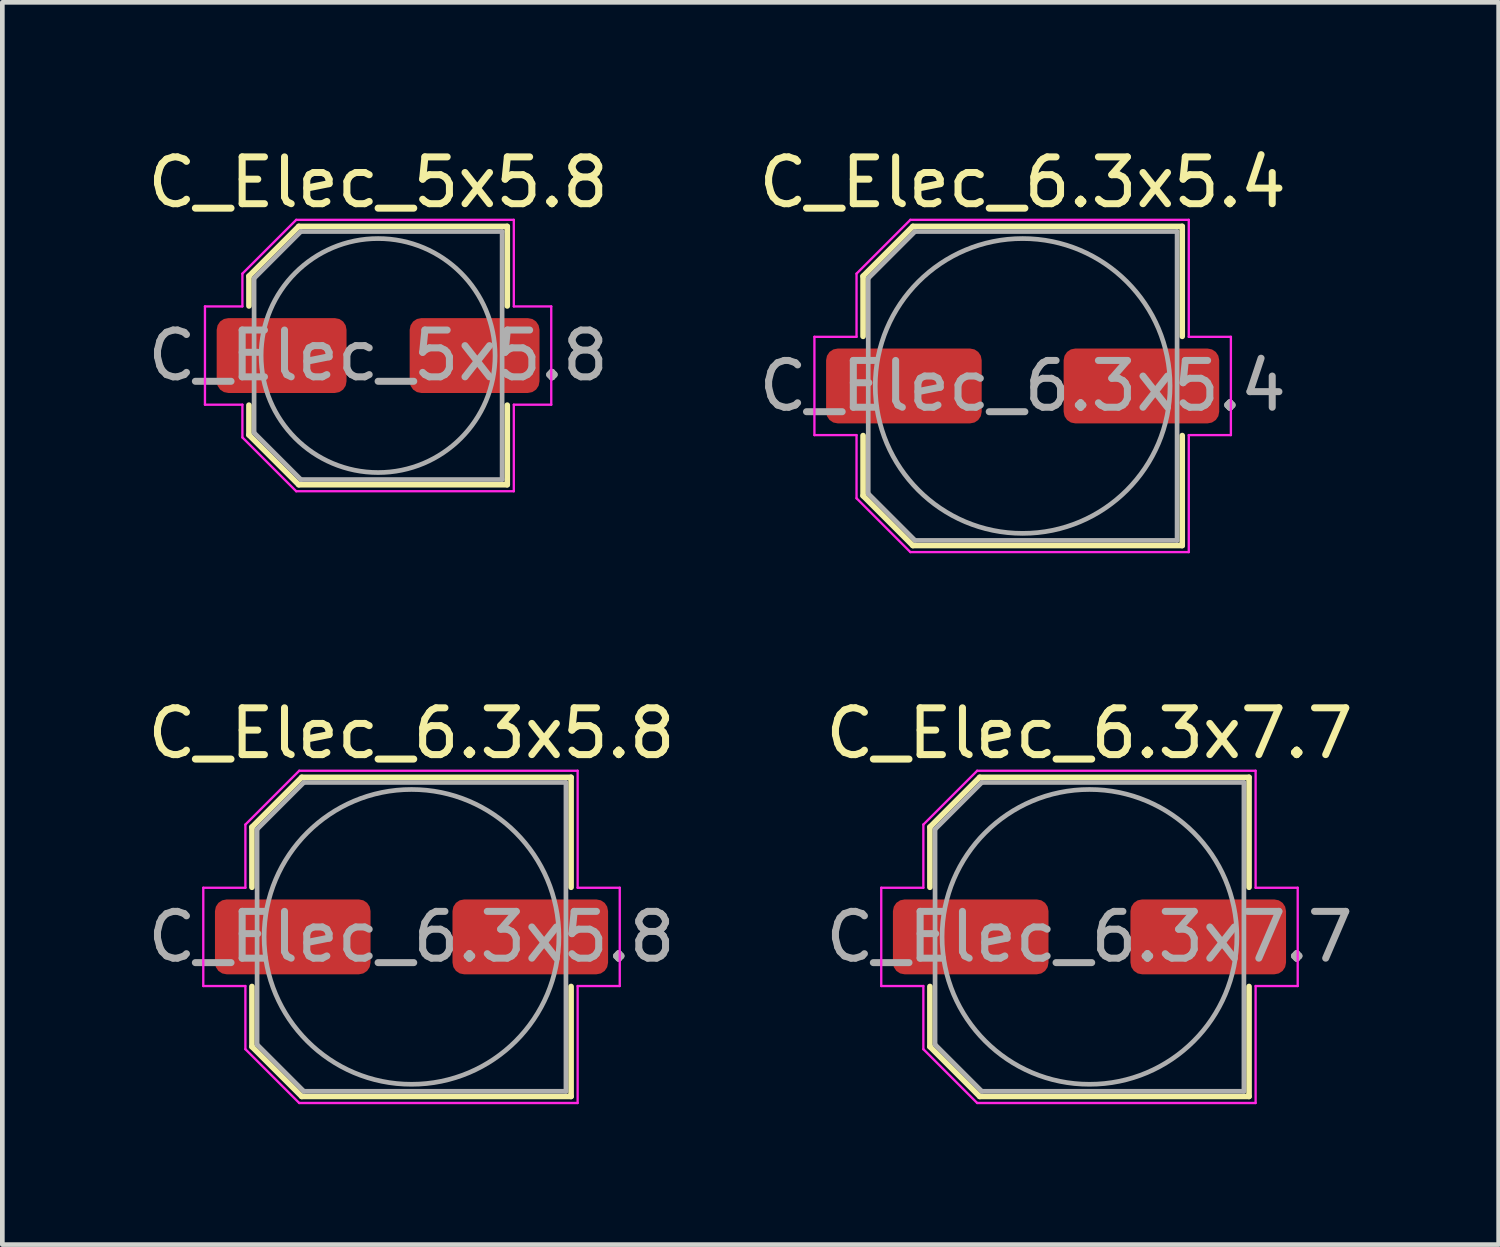
<source format=kicad_pcb>
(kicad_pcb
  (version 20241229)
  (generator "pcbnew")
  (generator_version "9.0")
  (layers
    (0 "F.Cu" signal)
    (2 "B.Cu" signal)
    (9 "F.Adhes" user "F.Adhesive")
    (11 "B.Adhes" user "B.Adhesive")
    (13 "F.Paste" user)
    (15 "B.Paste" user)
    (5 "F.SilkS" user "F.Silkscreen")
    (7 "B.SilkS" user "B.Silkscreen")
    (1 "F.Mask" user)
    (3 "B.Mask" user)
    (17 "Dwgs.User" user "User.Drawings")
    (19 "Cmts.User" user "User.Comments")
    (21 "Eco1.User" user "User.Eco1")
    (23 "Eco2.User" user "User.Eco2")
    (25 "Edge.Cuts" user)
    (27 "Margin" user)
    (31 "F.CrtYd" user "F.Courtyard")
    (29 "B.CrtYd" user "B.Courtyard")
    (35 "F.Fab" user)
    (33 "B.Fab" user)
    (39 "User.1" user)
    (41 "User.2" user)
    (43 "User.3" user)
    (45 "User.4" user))
  (footprint "C_Elec_6.3x7.7"
    (layer "F.Cu")
    (at 20.232 16.971)
    (property "Reference" "C_Elec_6.3x7.7" (at 0 -4.35 0) (layer "F.SilkS") (effects (font (size 1 1) (thickness 0.15))))
    (attr smd)
    (fp_line (start -3.41 -2.346) (end -3.41 -1.06) (stroke (width 0.12) (type solid)) (layer "F.SilkS"))
    (fp_line (start -3.41 -2.346) (end -2.346 -3.41) (stroke (width 0.12) (type solid)) (layer "F.SilkS"))
    (fp_line (start -3.41 2.346) (end -3.41 1.06) (stroke (width 0.12) (type solid)) (layer "F.SilkS"))
    (fp_line (start -3.41 2.346) (end -2.346 3.41) (stroke (width 0.12) (type solid)) (layer "F.SilkS"))
    (fp_line (start -2.346 -3.41) (end 3.41 -3.41) (stroke (width 0.12) (type solid)) (layer "F.SilkS"))
    (fp_line (start -2.346 3.41) (end 3.41 3.41) (stroke (width 0.12) (type solid)) (layer "F.SilkS"))
    (fp_line (start 3.41 -3.41) (end 3.41 -1.06) (stroke (width 0.12) (type solid)) (layer "F.SilkS"))
    (fp_line (start 3.41 3.41) (end 3.41 1.06) (stroke (width 0.12) (type solid)) (layer "F.SilkS"))
    (fp_line (start -4.45 -1.05) (end -4.45 1.05) (stroke (width 0.05) (type solid)) (layer "F.CrtYd"))
    (fp_line (start -4.45 1.05) (end -3.55 1.05) (stroke (width 0.05) (type solid)) (layer "F.CrtYd"))
    (fp_line (start -3.55 -2.4) (end -3.55 -1.05) (stroke (width 0.05) (type solid)) (layer "F.CrtYd"))
    (fp_line (start -3.55 -2.4) (end -2.4 -3.55) (stroke (width 0.05) (type solid)) (layer "F.CrtYd"))
    (fp_line (start -3.55 -1.05) (end -4.45 -1.05) (stroke (width 0.05) (type solid)) (layer "F.CrtYd"))
    (fp_line (start -3.55 1.05) (end -3.55 2.4) (stroke (width 0.05) (type solid)) (layer "F.CrtYd"))
    (fp_line (start -3.55 2.4) (end -2.4 3.55) (stroke (width 0.05) (type solid)) (layer "F.CrtYd"))
    (fp_line (start -2.4 -3.55) (end 3.55 -3.55) (stroke (width 0.05) (type solid)) (layer "F.CrtYd"))
    (fp_line (start -2.4 3.55) (end 3.55 3.55) (stroke (width 0.05) (type solid)) (layer "F.CrtYd"))
    (fp_line (start 3.55 -3.55) (end 3.55 -1.05) (stroke (width 0.05) (type solid)) (layer "F.CrtYd"))
    (fp_line (start 3.55 -1.05) (end 4.45 -1.05) (stroke (width 0.05) (type solid)) (layer "F.CrtYd"))
    (fp_line (start 3.55 1.05) (end 3.55 3.55) (stroke (width 0.05) (type solid)) (layer "F.CrtYd"))
    (fp_line (start 4.45 -1.05) (end 4.45 1.05) (stroke (width 0.05) (type solid)) (layer "F.CrtYd"))
    (fp_line (start 4.45 1.05) (end 3.55 1.05) (stroke (width 0.05) (type solid)) (layer "F.CrtYd"))
    (fp_line (start -3.3 -2.3) (end -3.3 2.3) (stroke (width 0.1) (type solid)) (layer "F.Fab"))
    (fp_line (start -3.3 -2.3) (end -2.3 -3.3) (stroke (width 0.1) (type solid)) (layer "F.Fab"))
    (fp_line (start -3.3 2.3) (end -2.3 3.3) (stroke (width 0.1) (type solid)) (layer "F.Fab"))
    (fp_line (start -2.3 -3.3) (end 3.3 -3.3) (stroke (width 0.1) (type solid)) (layer "F.Fab"))
    (fp_line (start -2.3 3.3) (end 3.3 3.3) (stroke (width 0.1) (type solid)) (layer "F.Fab"))
    (fp_line (start 3.3 -3.3) (end 3.3 3.3) (stroke (width 0.1) (type solid)) (layer "F.Fab"))
    (fp_circle (center 0 0) (end 3.15 0) (stroke (width 0.1) (type solid)) (fill no) (layer "F.Fab"))
    (fp_text user "${REFERENCE}" (at 0 0 0) (layer "F.Fab") (effects (font (size 1 1) (thickness 0.15))))
    (pad "1" smd roundrect (at -2.538 0) (size 3.325 1.6) (layers "F.Cu" "F.Mask" "F.Paste") (roundrect_rratio 0.156))
    (pad "2" smd roundrect (at 2.538 0) (size 3.325 1.6) (layers "F.Cu" "F.Mask" "F.Paste") (roundrect_rratio 0.156)))
  (footprint "C_Elec_5x5.8"
    (layer "F.Cu")
    (at 5.03 4.548)
    (property "Reference" "C_Elec_5x5.8" (at 0 -3.7 0) (layer "F.SilkS") (effects (font (size 1 1) (thickness 0.15))))
    (attr smd)
    (fp_line (start -2.76 -1.696) (end -2.76 -1.06) (stroke (width 0.12) (type solid)) (layer "F.SilkS"))
    (fp_line (start -2.76 -1.696) (end -1.696 -2.76) (stroke (width 0.12) (type solid)) (layer "F.SilkS"))
    (fp_line (start -2.76 1.696) (end -2.76 1.06) (stroke (width 0.12) (type solid)) (layer "F.SilkS"))
    (fp_line (start -2.76 1.696) (end -1.696 2.76) (stroke (width 0.12) (type solid)) (layer "F.SilkS"))
    (fp_line (start -1.696 -2.76) (end 2.76 -2.76) (stroke (width 0.12) (type solid)) (layer "F.SilkS"))
    (fp_line (start -1.696 2.76) (end 2.76 2.76) (stroke (width 0.12) (type solid)) (layer "F.SilkS"))
    (fp_line (start 2.76 -2.76) (end 2.76 -1.06) (stroke (width 0.12) (type solid)) (layer "F.SilkS"))
    (fp_line (start 2.76 2.76) (end 2.76 1.06) (stroke (width 0.12) (type solid)) (layer "F.SilkS"))
    (fp_line (start -3.7 -1.05) (end -3.7 1.05) (stroke (width 0.05) (type solid)) (layer "F.CrtYd"))
    (fp_line (start -3.7 1.05) (end -2.9 1.05) (stroke (width 0.05) (type solid)) (layer "F.CrtYd"))
    (fp_line (start -2.9 -1.75) (end -2.9 -1.05) (stroke (width 0.05) (type solid)) (layer "F.CrtYd"))
    (fp_line (start -2.9 -1.75) (end -1.75 -2.9) (stroke (width 0.05) (type solid)) (layer "F.CrtYd"))
    (fp_line (start -2.9 -1.05) (end -3.7 -1.05) (stroke (width 0.05) (type solid)) (layer "F.CrtYd"))
    (fp_line (start -2.9 1.05) (end -2.9 1.75) (stroke (width 0.05) (type solid)) (layer "F.CrtYd"))
    (fp_line (start -2.9 1.75) (end -1.75 2.9) (stroke (width 0.05) (type solid)) (layer "F.CrtYd"))
    (fp_line (start -1.75 -2.9) (end 2.9 -2.9) (stroke (width 0.05) (type solid)) (layer "F.CrtYd"))
    (fp_line (start -1.75 2.9) (end 2.9 2.9) (stroke (width 0.05) (type solid)) (layer "F.CrtYd"))
    (fp_line (start 2.9 -2.9) (end 2.9 -1.05) (stroke (width 0.05) (type solid)) (layer "F.CrtYd"))
    (fp_line (start 2.9 -1.05) (end 3.7 -1.05) (stroke (width 0.05) (type solid)) (layer "F.CrtYd"))
    (fp_line (start 2.9 1.05) (end 2.9 2.9) (stroke (width 0.05) (type solid)) (layer "F.CrtYd"))
    (fp_line (start 3.7 -1.05) (end 3.7 1.05) (stroke (width 0.05) (type solid)) (layer "F.CrtYd"))
    (fp_line (start 3.7 1.05) (end 2.9 1.05) (stroke (width 0.05) (type solid)) (layer "F.CrtYd"))
    (fp_line (start -2.65 -1.65) (end -2.65 1.65) (stroke (width 0.1) (type solid)) (layer "F.Fab"))
    (fp_line (start -2.65 -1.65) (end -1.65 -2.65) (stroke (width 0.1) (type solid)) (layer "F.Fab"))
    (fp_line (start -2.65 1.65) (end -1.65 2.65) (stroke (width 0.1) (type solid)) (layer "F.Fab"))
    (fp_line (start -1.65 -2.65) (end 2.65 -2.65) (stroke (width 0.1) (type solid)) (layer "F.Fab"))
    (fp_line (start -1.65 2.65) (end 2.65 2.65) (stroke (width 0.1) (type solid)) (layer "F.Fab"))
    (fp_line (start 2.65 -2.65) (end 2.65 2.65) (stroke (width 0.1) (type solid)) (layer "F.Fab"))
    (fp_circle (center 0 0) (end 2.5 0) (stroke (width 0.1) (type solid)) (fill no) (layer "F.Fab"))
    (fp_text user "${REFERENCE}" (at 0 0 0) (layer "F.Fab") (effects (font (size 1 1) (thickness 0.15))))
    (pad "1" smd roundrect (at -2.062 0) (size 2.775 1.6) (layers "F.Cu" "F.Mask" "F.Paste") (roundrect_rratio 0.156))
    (pad "2" smd roundrect (at 2.062 0) (size 2.775 1.6) (layers "F.Cu" "F.Mask" "F.Paste") (roundrect_rratio 0.156)))
  (footprint "C_Elec_6.3x5.8"
    (layer "F.Cu")
    (at 5.744 16.971)
    (property "Reference" "C_Elec_6.3x5.8" (at 0 -4.35 0) (layer "F.SilkS") (effects (font (size 1 1) (thickness 0.15))))
    (attr smd)
    (fp_line (start -3.41 -2.346) (end -3.41 -1.06) (stroke (width 0.12) (type solid)) (layer "F.SilkS"))
    (fp_line (start -3.41 -2.346) (end -2.346 -3.41) (stroke (width 0.12) (type solid)) (layer "F.SilkS"))
    (fp_line (start -3.41 2.346) (end -3.41 1.06) (stroke (width 0.12) (type solid)) (layer "F.SilkS"))
    (fp_line (start -3.41 2.346) (end -2.346 3.41) (stroke (width 0.12) (type solid)) (layer "F.SilkS"))
    (fp_line (start -2.346 -3.41) (end 3.41 -3.41) (stroke (width 0.12) (type solid)) (layer "F.SilkS"))
    (fp_line (start -2.346 3.41) (end 3.41 3.41) (stroke (width 0.12) (type solid)) (layer "F.SilkS"))
    (fp_line (start 3.41 -3.41) (end 3.41 -1.06) (stroke (width 0.12) (type solid)) (layer "F.SilkS"))
    (fp_line (start 3.41 3.41) (end 3.41 1.06) (stroke (width 0.12) (type solid)) (layer "F.SilkS"))
    (fp_line (start -4.45 -1.05) (end -4.45 1.05) (stroke (width 0.05) (type solid)) (layer "F.CrtYd"))
    (fp_line (start -4.45 1.05) (end -3.55 1.05) (stroke (width 0.05) (type solid)) (layer "F.CrtYd"))
    (fp_line (start -3.55 -2.4) (end -3.55 -1.05) (stroke (width 0.05) (type solid)) (layer "F.CrtYd"))
    (fp_line (start -3.55 -2.4) (end -2.4 -3.55) (stroke (width 0.05) (type solid)) (layer "F.CrtYd"))
    (fp_line (start -3.55 -1.05) (end -4.45 -1.05) (stroke (width 0.05) (type solid)) (layer "F.CrtYd"))
    (fp_line (start -3.55 1.05) (end -3.55 2.4) (stroke (width 0.05) (type solid)) (layer "F.CrtYd"))
    (fp_line (start -3.55 2.4) (end -2.4 3.55) (stroke (width 0.05) (type solid)) (layer "F.CrtYd"))
    (fp_line (start -2.4 -3.55) (end 3.55 -3.55) (stroke (width 0.05) (type solid)) (layer "F.CrtYd"))
    (fp_line (start -2.4 3.55) (end 3.55 3.55) (stroke (width 0.05) (type solid)) (layer "F.CrtYd"))
    (fp_line (start 3.55 -3.55) (end 3.55 -1.05) (stroke (width 0.05) (type solid)) (layer "F.CrtYd"))
    (fp_line (start 3.55 -1.05) (end 4.45 -1.05) (stroke (width 0.05) (type solid)) (layer "F.CrtYd"))
    (fp_line (start 3.55 1.05) (end 3.55 3.55) (stroke (width 0.05) (type solid)) (layer "F.CrtYd"))
    (fp_line (start 4.45 -1.05) (end 4.45 1.05) (stroke (width 0.05) (type solid)) (layer "F.CrtYd"))
    (fp_line (start 4.45 1.05) (end 3.55 1.05) (stroke (width 0.05) (type solid)) (layer "F.CrtYd"))
    (fp_line (start -3.3 -2.3) (end -3.3 2.3) (stroke (width 0.1) (type solid)) (layer "F.Fab"))
    (fp_line (start -3.3 -2.3) (end -2.3 -3.3) (stroke (width 0.1) (type solid)) (layer "F.Fab"))
    (fp_line (start -3.3 2.3) (end -2.3 3.3) (stroke (width 0.1) (type solid)) (layer "F.Fab"))
    (fp_line (start -2.3 -3.3) (end 3.3 -3.3) (stroke (width 0.1) (type solid)) (layer "F.Fab"))
    (fp_line (start -2.3 3.3) (end 3.3 3.3) (stroke (width 0.1) (type solid)) (layer "F.Fab"))
    (fp_line (start 3.3 -3.3) (end 3.3 3.3) (stroke (width 0.1) (type solid)) (layer "F.Fab"))
    (fp_circle (center 0 0) (end 3.15 0) (stroke (width 0.1) (type solid)) (fill no) (layer "F.Fab"))
    (fp_text user "${REFERENCE}" (at 0 0 0) (layer "F.Fab") (effects (font (size 1 1) (thickness 0.15))))
    (pad "1" smd roundrect (at -2.538 0) (size 3.325 1.6) (layers "F.Cu" "F.Mask" "F.Paste") (roundrect_rratio 0.156))
    (pad "2" smd roundrect (at 2.538 0) (size 3.325 1.6) (layers "F.Cu" "F.Mask" "F.Paste") (roundrect_rratio 0.156)))
  (footprint "C_Elec_6.3x5.4"
    (layer "F.Cu")
    (at 18.804 5.198)
    (property "Reference" "C_Elec_6.3x5.4" (at 0 -4.35 0) (layer "F.SilkS") (effects (font (size 1 1) (thickness 0.15))))
    (attr smd)
    (fp_line (start -3.41 -2.346) (end -3.41 -1.06) (stroke (width 0.12) (type solid)) (layer "F.SilkS"))
    (fp_line (start -3.41 -2.346) (end -2.346 -3.41) (stroke (width 0.12) (type solid)) (layer "F.SilkS"))
    (fp_line (start -3.41 2.346) (end -3.41 1.06) (stroke (width 0.12) (type solid)) (layer "F.SilkS"))
    (fp_line (start -3.41 2.346) (end -2.346 3.41) (stroke (width 0.12) (type solid)) (layer "F.SilkS"))
    (fp_line (start -2.346 -3.41) (end 3.41 -3.41) (stroke (width 0.12) (type solid)) (layer "F.SilkS"))
    (fp_line (start -2.346 3.41) (end 3.41 3.41) (stroke (width 0.12) (type solid)) (layer "F.SilkS"))
    (fp_line (start 3.41 -3.41) (end 3.41 -1.06) (stroke (width 0.12) (type solid)) (layer "F.SilkS"))
    (fp_line (start 3.41 3.41) (end 3.41 1.06) (stroke (width 0.12) (type solid)) (layer "F.SilkS"))
    (fp_line (start -4.45 -1.05) (end -4.45 1.05) (stroke (width 0.05) (type solid)) (layer "F.CrtYd"))
    (fp_line (start -4.45 1.05) (end -3.55 1.05) (stroke (width 0.05) (type solid)) (layer "F.CrtYd"))
    (fp_line (start -3.55 -2.4) (end -3.55 -1.05) (stroke (width 0.05) (type solid)) (layer "F.CrtYd"))
    (fp_line (start -3.55 -2.4) (end -2.4 -3.55) (stroke (width 0.05) (type solid)) (layer "F.CrtYd"))
    (fp_line (start -3.55 -1.05) (end -4.45 -1.05) (stroke (width 0.05) (type solid)) (layer "F.CrtYd"))
    (fp_line (start -3.55 1.05) (end -3.55 2.4) (stroke (width 0.05) (type solid)) (layer "F.CrtYd"))
    (fp_line (start -3.55 2.4) (end -2.4 3.55) (stroke (width 0.05) (type solid)) (layer "F.CrtYd"))
    (fp_line (start -2.4 -3.55) (end 3.55 -3.55) (stroke (width 0.05) (type solid)) (layer "F.CrtYd"))
    (fp_line (start -2.4 3.55) (end 3.55 3.55) (stroke (width 0.05) (type solid)) (layer "F.CrtYd"))
    (fp_line (start 3.55 -3.55) (end 3.55 -1.05) (stroke (width 0.05) (type solid)) (layer "F.CrtYd"))
    (fp_line (start 3.55 -1.05) (end 4.45 -1.05) (stroke (width 0.05) (type solid)) (layer "F.CrtYd"))
    (fp_line (start 3.55 1.05) (end 3.55 3.55) (stroke (width 0.05) (type solid)) (layer "F.CrtYd"))
    (fp_line (start 4.45 -1.05) (end 4.45 1.05) (stroke (width 0.05) (type solid)) (layer "F.CrtYd"))
    (fp_line (start 4.45 1.05) (end 3.55 1.05) (stroke (width 0.05) (type solid)) (layer "F.CrtYd"))
    (fp_line (start -3.3 -2.3) (end -3.3 2.3) (stroke (width 0.1) (type solid)) (layer "F.Fab"))
    (fp_line (start -3.3 -2.3) (end -2.3 -3.3) (stroke (width 0.1) (type solid)) (layer "F.Fab"))
    (fp_line (start -3.3 2.3) (end -2.3 3.3) (stroke (width 0.1) (type solid)) (layer "F.Fab"))
    (fp_line (start -2.3 -3.3) (end 3.3 -3.3) (stroke (width 0.1) (type solid)) (layer "F.Fab"))
    (fp_line (start -2.3 3.3) (end 3.3 3.3) (stroke (width 0.1) (type solid)) (layer "F.Fab"))
    (fp_line (start 3.3 -3.3) (end 3.3 3.3) (stroke (width 0.1) (type solid)) (layer "F.Fab"))
    (fp_circle (center 0 0) (end 3.15 0) (stroke (width 0.1) (type solid)) (fill no) (layer "F.Fab"))
    (fp_text user "${REFERENCE}" (at 0 0 0) (layer "F.Fab") (effects (font (size 1 1) (thickness 0.15))))
    (pad "1" smd roundrect (at -2.538 0) (size 3.325 1.6) (layers "F.Cu" "F.Mask" "F.Paste") (roundrect_rratio 0.156))
    (pad "2" smd roundrect (at 2.538 0) (size 3.325 1.6) (layers "F.Cu" "F.Mask" "F.Paste") (roundrect_rratio 0.156)))
  (gr_rect
    (start -3 -3)
    (end 28.976 23.547)
    (stroke (width 0.1) (type default))
    (fill no)
    (layer "Edge.Cuts")))
</source>
